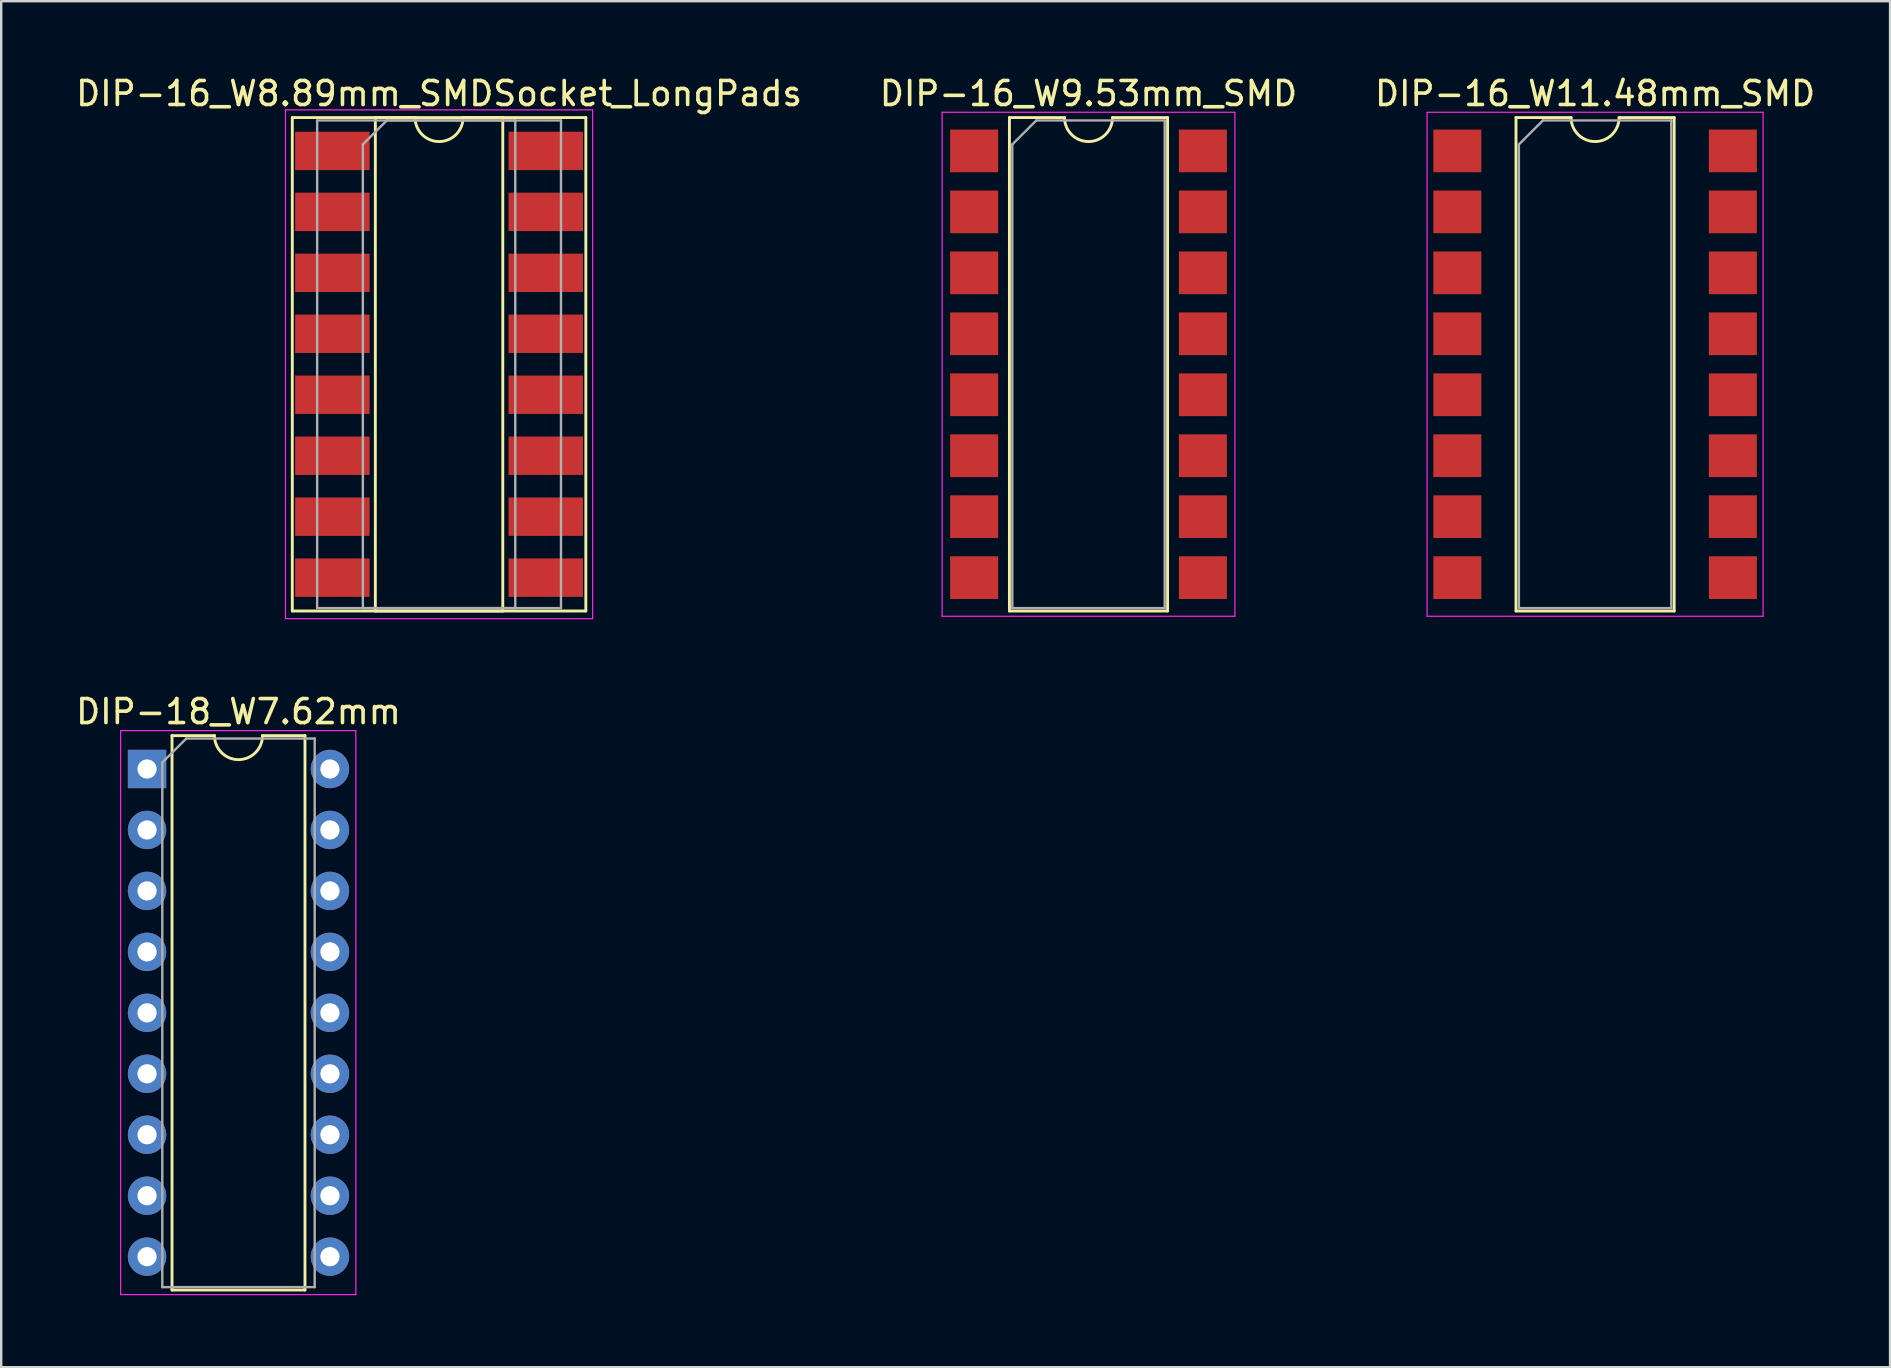
<source format=kicad_pcb>
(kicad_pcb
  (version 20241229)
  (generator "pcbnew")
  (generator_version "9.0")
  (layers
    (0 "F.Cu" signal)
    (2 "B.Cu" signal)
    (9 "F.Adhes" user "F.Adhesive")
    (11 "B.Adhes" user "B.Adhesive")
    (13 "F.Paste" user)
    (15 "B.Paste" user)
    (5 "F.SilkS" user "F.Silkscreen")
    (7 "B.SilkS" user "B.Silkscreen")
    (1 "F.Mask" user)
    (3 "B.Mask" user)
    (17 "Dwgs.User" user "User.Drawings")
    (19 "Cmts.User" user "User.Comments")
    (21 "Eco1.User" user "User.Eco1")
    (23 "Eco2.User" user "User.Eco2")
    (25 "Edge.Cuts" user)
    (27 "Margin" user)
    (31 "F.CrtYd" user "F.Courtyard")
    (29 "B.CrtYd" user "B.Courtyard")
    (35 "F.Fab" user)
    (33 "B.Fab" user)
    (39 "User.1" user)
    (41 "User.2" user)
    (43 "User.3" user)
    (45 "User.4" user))
  (footprint "DIP-16_W11.48mm_SMD"
    (layer "F.Cu")
    (at 63.411 12.128)
    (property "Reference" "DIP-16_W11.48mm_SMD" (at 0 -11.28 0) (layer "F.SilkS") (effects (font (size 1 1) (thickness 0.15))))
    (attr smd)
    (fp_line (start -3.295 -10.28) (end -3.295 10.28) (stroke (width 0.12) (type solid)) (layer "F.SilkS"))
    (fp_line (start -3.295 10.28) (end 3.295 10.28) (stroke (width 0.12) (type solid)) (layer "F.SilkS"))
    (fp_line (start -1 -10.28) (end -3.295 -10.28) (stroke (width 0.12) (type solid)) (layer "F.SilkS"))
    (fp_line (start 3.295 -10.28) (end 1 -10.28) (stroke (width 0.12) (type solid)) (layer "F.SilkS"))
    (fp_line (start 3.295 10.28) (end 3.295 -10.28) (stroke (width 0.12) (type solid)) (layer "F.SilkS"))
    (fp_arc (start 1 -10.28) (mid 0 -9.28) (end -1 -10.28) (stroke (width 0.12) (type solid)) (layer "F.SilkS"))
    (fp_line (start -7 -10.5) (end -7 10.5) (stroke (width 0.05) (type solid)) (layer "F.CrtYd"))
    (fp_line (start -7 10.5) (end 7 10.5) (stroke (width 0.05) (type solid)) (layer "F.CrtYd"))
    (fp_line (start 7 -10.5) (end -7 -10.5) (stroke (width 0.05) (type solid)) (layer "F.CrtYd"))
    (fp_line (start 7 10.5) (end 7 -10.5) (stroke (width 0.05) (type solid)) (layer "F.CrtYd"))
    (fp_line (start -3.175 -9.16) (end -2.175 -10.16) (stroke (width 0.1) (type solid)) (layer "F.Fab"))
    (fp_line (start -3.175 10.16) (end -3.175 -9.16) (stroke (width 0.1) (type solid)) (layer "F.Fab"))
    (fp_line (start -2.175 -10.16) (end 3.175 -10.16) (stroke (width 0.1) (type solid)) (layer "F.Fab"))
    (fp_line (start 3.175 -10.16) (end 3.175 10.16) (stroke (width 0.1) (type solid)) (layer "F.Fab"))
    (fp_line (start 3.175 10.16) (end -3.175 10.16) (stroke (width 0.1) (type solid)) (layer "F.Fab"))
    (pad "1" smd rect (at -5.74 -8.89) (size 2 1.78) (layers "F.Cu" "F.Mask"))
    (pad "2" smd rect (at -5.74 -6.35) (size 2 1.78) (layers "F.Cu" "F.Mask"))
    (pad "3" smd rect (at -5.74 -3.81) (size 2 1.78) (layers "F.Cu" "F.Mask"))
    (pad "4" smd rect (at -5.74 -1.27) (size 2 1.78) (layers "F.Cu" "F.Mask"))
    (pad "5" smd rect (at -5.74 1.27) (size 2 1.78) (layers "F.Cu" "F.Mask"))
    (pad "6" smd rect (at -5.74 3.81) (size 2 1.78) (layers "F.Cu" "F.Mask"))
    (pad "7" smd rect (at -5.74 6.35) (size 2 1.78) (layers "F.Cu" "F.Mask"))
    (pad "8" smd rect (at -5.74 8.89) (size 2 1.78) (layers "F.Cu" "F.Mask"))
    (pad "9" smd rect (at 5.74 8.89) (size 2 1.78) (layers "F.Cu" "F.Mask"))
    (pad "10" smd rect (at 5.74 6.35) (size 2 1.78) (layers "F.Cu" "F.Mask"))
    (pad "11" smd rect (at 5.74 3.81) (size 2 1.78) (layers "F.Cu" "F.Mask"))
    (pad "12" smd rect (at 5.74 1.27) (size 2 1.78) (layers "F.Cu" "F.Mask"))
    (pad "13" smd rect (at 5.74 -1.27) (size 2 1.78) (layers "F.Cu" "F.Mask"))
    (pad "14" smd rect (at 5.74 -3.81) (size 2 1.78) (layers "F.Cu" "F.Mask"))
    (pad "15" smd rect (at 5.74 -6.35) (size 2 1.78) (layers "F.Cu" "F.Mask"))
    (pad "16" smd rect (at 5.74 -8.89) (size 2 1.78) (layers "F.Cu" "F.Mask")))
  (footprint "DIP-18_W7.62mm"
    (layer "F.Cu")
    (at 3.077 28.991)
    (property "Reference" "DIP-18_W7.62mm" (at 3.81 -2.39 0) (layer "F.SilkS") (effects (font (size 1 1) (thickness 0.15))))
    (attr through_hole)
    (fp_line (start 1.04 -1.39) (end 1.04 21.71) (stroke (width 0.12) (type solid)) (layer "F.SilkS"))
    (fp_line (start 1.04 21.71) (end 6.58 21.71) (stroke (width 0.12) (type solid)) (layer "F.SilkS"))
    (fp_line (start 2.81 -1.39) (end 1.04 -1.39) (stroke (width 0.12) (type solid)) (layer "F.SilkS"))
    (fp_line (start 6.58 -1.39) (end 4.81 -1.39) (stroke (width 0.12) (type solid)) (layer "F.SilkS"))
    (fp_line (start 6.58 21.71) (end 6.58 -1.39) (stroke (width 0.12) (type solid)) (layer "F.SilkS"))
    (fp_arc (start 4.81 -1.39) (mid 3.81 -0.39) (end 2.81 -1.39) (stroke (width 0.12) (type solid)) (layer "F.SilkS"))
    (fp_line (start -1.1 -1.6) (end -1.1 21.9) (stroke (width 0.05) (type solid)) (layer "F.CrtYd"))
    (fp_line (start -1.1 21.9) (end 8.7 21.9) (stroke (width 0.05) (type solid)) (layer "F.CrtYd"))
    (fp_line (start 8.7 -1.6) (end -1.1 -1.6) (stroke (width 0.05) (type solid)) (layer "F.CrtYd"))
    (fp_line (start 8.7 21.9) (end 8.7 -1.6) (stroke (width 0.05) (type solid)) (layer "F.CrtYd"))
    (fp_line (start 0.635 -0.27) (end 1.635 -1.27) (stroke (width 0.1) (type solid)) (layer "F.Fab"))
    (fp_line (start 0.635 21.59) (end 0.635 -0.27) (stroke (width 0.1) (type solid)) (layer "F.Fab"))
    (fp_line (start 1.635 -1.27) (end 6.985 -1.27) (stroke (width 0.1) (type solid)) (layer "F.Fab"))
    (fp_line (start 6.985 -1.27) (end 6.985 21.59) (stroke (width 0.1) (type solid)) (layer "F.Fab"))
    (fp_line (start 6.985 21.59) (end 0.635 21.59) (stroke (width 0.1) (type solid)) (layer "F.Fab"))
    (pad "1" thru_hole rect (at 0 0) (size 1.6 1.6) (drill 0.8) (layers "*.Cu" "*.Mask"))
    (pad "2" thru_hole oval (at 0 2.54) (size 1.6 1.6) (drill 0.8) (layers "*.Cu" "*.Mask"))
    (pad "3" thru_hole oval (at 0 5.08) (size 1.6 1.6) (drill 0.8) (layers "*.Cu" "*.Mask"))
    (pad "4" thru_hole oval (at 0 7.62) (size 1.6 1.6) (drill 0.8) (layers "*.Cu" "*.Mask"))
    (pad "5" thru_hole oval (at 0 10.16) (size 1.6 1.6) (drill 0.8) (layers "*.Cu" "*.Mask"))
    (pad "6" thru_hole oval (at 0 12.7) (size 1.6 1.6) (drill 0.8) (layers "*.Cu" "*.Mask"))
    (pad "7" thru_hole oval (at 0 15.24) (size 1.6 1.6) (drill 0.8) (layers "*.Cu" "*.Mask"))
    (pad "8" thru_hole oval (at 0 17.78) (size 1.6 1.6) (drill 0.8) (layers "*.Cu" "*.Mask"))
    (pad "9" thru_hole oval (at 0 20.32) (size 1.6 1.6) (drill 0.8) (layers "*.Cu" "*.Mask"))
    (pad "10" thru_hole oval (at 7.62 20.32) (size 1.6 1.6) (drill 0.8) (layers "*.Cu" "*.Mask"))
    (pad "11" thru_hole oval (at 7.62 17.78) (size 1.6 1.6) (drill 0.8) (layers "*.Cu" "*.Mask"))
    (pad "12" thru_hole oval (at 7.62 15.24) (size 1.6 1.6) (drill 0.8) (layers "*.Cu" "*.Mask"))
    (pad "13" thru_hole oval (at 7.62 12.7) (size 1.6 1.6) (drill 0.8) (layers "*.Cu" "*.Mask"))
    (pad "14" thru_hole oval (at 7.62 10.16) (size 1.6 1.6) (drill 0.8) (layers "*.Cu" "*.Mask"))
    (pad "15" thru_hole oval (at 7.62 7.62) (size 1.6 1.6) (drill 0.8) (layers "*.Cu" "*.Mask"))
    (pad "16" thru_hole oval (at 7.62 5.08) (size 1.6 1.6) (drill 0.8) (layers "*.Cu" "*.Mask"))
    (pad "17" thru_hole oval (at 7.62 2.54) (size 1.6 1.6) (drill 0.8) (layers "*.Cu" "*.Mask"))
    (pad "18" thru_hole oval (at 7.62 0) (size 1.6 1.6) (drill 0.8) (layers "*.Cu" "*.Mask")))
  (footprint "DIP-16_W9.53mm_SMD"
    (layer "F.Cu")
    (at 42.304 12.128)
    (property "Reference" "DIP-16_W9.53mm_SMD" (at 0 -11.28 0) (layer "F.SilkS") (effects (font (size 1 1) (thickness 0.15))))
    (attr smd)
    (fp_line (start -3.295 -10.28) (end -3.295 10.28) (stroke (width 0.12) (type solid)) (layer "F.SilkS"))
    (fp_line (start -3.295 10.28) (end 3.295 10.28) (stroke (width 0.12) (type solid)) (layer "F.SilkS"))
    (fp_line (start -1 -10.28) (end -3.295 -10.28) (stroke (width 0.12) (type solid)) (layer "F.SilkS"))
    (fp_line (start 3.295 -10.28) (end 1 -10.28) (stroke (width 0.12) (type solid)) (layer "F.SilkS"))
    (fp_line (start 3.295 10.28) (end 3.295 -10.28) (stroke (width 0.12) (type solid)) (layer "F.SilkS"))
    (fp_arc (start 1 -10.28) (mid 0 -9.28) (end -1 -10.28) (stroke (width 0.12) (type solid)) (layer "F.SilkS"))
    (fp_line (start -6.1 -10.5) (end -6.1 10.5) (stroke (width 0.05) (type solid)) (layer "F.CrtYd"))
    (fp_line (start -6.1 10.5) (end 6.1 10.5) (stroke (width 0.05) (type solid)) (layer "F.CrtYd"))
    (fp_line (start 6.1 -10.5) (end -6.1 -10.5) (stroke (width 0.05) (type solid)) (layer "F.CrtYd"))
    (fp_line (start 6.1 10.5) (end 6.1 -10.5) (stroke (width 0.05) (type solid)) (layer "F.CrtYd"))
    (fp_line (start -3.175 -9.16) (end -2.175 -10.16) (stroke (width 0.1) (type solid)) (layer "F.Fab"))
    (fp_line (start -3.175 10.16) (end -3.175 -9.16) (stroke (width 0.1) (type solid)) (layer "F.Fab"))
    (fp_line (start -2.175 -10.16) (end 3.175 -10.16) (stroke (width 0.1) (type solid)) (layer "F.Fab"))
    (fp_line (start 3.175 -10.16) (end 3.175 10.16) (stroke (width 0.1) (type solid)) (layer "F.Fab"))
    (fp_line (start 3.175 10.16) (end -3.175 10.16) (stroke (width 0.1) (type solid)) (layer "F.Fab"))
    (pad "1" smd rect (at -4.765 -8.89) (size 2 1.78) (layers "F.Cu" "F.Mask"))
    (pad "2" smd rect (at -4.765 -6.35) (size 2 1.78) (layers "F.Cu" "F.Mask"))
    (pad "3" smd rect (at -4.765 -3.81) (size 2 1.78) (layers "F.Cu" "F.Mask"))
    (pad "4" smd rect (at -4.765 -1.27) (size 2 1.78) (layers "F.Cu" "F.Mask"))
    (pad "5" smd rect (at -4.765 1.27) (size 2 1.78) (layers "F.Cu" "F.Mask"))
    (pad "6" smd rect (at -4.765 3.81) (size 2 1.78) (layers "F.Cu" "F.Mask"))
    (pad "7" smd rect (at -4.765 6.35) (size 2 1.78) (layers "F.Cu" "F.Mask"))
    (pad "8" smd rect (at -4.765 8.89) (size 2 1.78) (layers "F.Cu" "F.Mask"))
    (pad "9" smd rect (at 4.765 8.89) (size 2 1.78) (layers "F.Cu" "F.Mask"))
    (pad "10" smd rect (at 4.765 6.35) (size 2 1.78) (layers "F.Cu" "F.Mask"))
    (pad "11" smd rect (at 4.765 3.81) (size 2 1.78) (layers "F.Cu" "F.Mask"))
    (pad "12" smd rect (at 4.765 1.27) (size 2 1.78) (layers "F.Cu" "F.Mask"))
    (pad "13" smd rect (at 4.765 -1.27) (size 2 1.78) (layers "F.Cu" "F.Mask"))
    (pad "14" smd rect (at 4.765 -3.81) (size 2 1.78) (layers "F.Cu" "F.Mask"))
    (pad "15" smd rect (at 4.765 -6.35) (size 2 1.78) (layers "F.Cu" "F.Mask"))
    (pad "16" smd rect (at 4.765 -8.89) (size 2 1.78) (layers "F.Cu" "F.Mask")))
  (footprint "DIP-16_W8.89mm_SMDSocket_LongPads"
    (layer "F.Cu")
    (at 15.244 12.128)
    (property "Reference" "DIP-16_W8.89mm_SMDSocket_LongPads" (at 0 -11.28 0) (layer "F.SilkS") (effects (font (size 1 1) (thickness 0.15))))
    (attr smd)
    (fp_line (start -6.115 -10.28) (end -6.115 10.28) (stroke (width 0.12) (type solid)) (layer "F.SilkS"))
    (fp_line (start -6.115 10.28) (end 6.115 10.28) (stroke (width 0.12) (type solid)) (layer "F.SilkS"))
    (fp_line (start -2.655 -10.28) (end -2.655 10.28) (stroke (width 0.12) (type solid)) (layer "F.SilkS"))
    (fp_line (start -2.655 10.28) (end 2.655 10.28) (stroke (width 0.12) (type solid)) (layer "F.SilkS"))
    (fp_line (start -1 -10.28) (end -2.655 -10.28) (stroke (width 0.12) (type solid)) (layer "F.SilkS"))
    (fp_line (start 2.655 -10.28) (end 1 -10.28) (stroke (width 0.12) (type solid)) (layer "F.SilkS"))
    (fp_line (start 2.655 10.28) (end 2.655 -10.28) (stroke (width 0.12) (type solid)) (layer "F.SilkS"))
    (fp_line (start 6.115 -10.28) (end -6.115 -10.28) (stroke (width 0.12) (type solid)) (layer "F.SilkS"))
    (fp_line (start 6.115 10.28) (end 6.115 -10.28) (stroke (width 0.12) (type solid)) (layer "F.SilkS"))
    (fp_arc (start 1 -10.28) (mid 0 -9.28) (end -1 -10.28) (stroke (width 0.12) (type solid)) (layer "F.SilkS"))
    (fp_line (start -6.4 -10.6) (end -6.4 10.6) (stroke (width 0.05) (type solid)) (layer "F.CrtYd"))
    (fp_line (start -6.4 10.6) (end 6.4 10.6) (stroke (width 0.05) (type solid)) (layer "F.CrtYd"))
    (fp_line (start 6.4 -10.6) (end -6.4 -10.6) (stroke (width 0.05) (type solid)) (layer "F.CrtYd"))
    (fp_line (start 6.4 10.6) (end 6.4 -10.6) (stroke (width 0.05) (type solid)) (layer "F.CrtYd"))
    (fp_line (start -5.08 -10.16) (end -5.08 10.16) (stroke (width 0.1) (type solid)) (layer "F.Fab"))
    (fp_line (start -5.08 10.16) (end 5.08 10.16) (stroke (width 0.1) (type solid)) (layer "F.Fab"))
    (fp_line (start -3.175 -9.16) (end -2.175 -10.16) (stroke (width 0.1) (type solid)) (layer "F.Fab"))
    (fp_line (start -3.175 10.16) (end -3.175 -9.16) (stroke (width 0.1) (type solid)) (layer "F.Fab"))
    (fp_line (start -2.175 -10.16) (end 3.175 -10.16) (stroke (width 0.1) (type solid)) (layer "F.Fab"))
    (fp_line (start 3.175 -10.16) (end 3.175 10.16) (stroke (width 0.1) (type solid)) (layer "F.Fab"))
    (fp_line (start 3.175 10.16) (end -3.175 10.16) (stroke (width 0.1) (type solid)) (layer "F.Fab"))
    (fp_line (start 5.08 -10.16) (end -5.08 -10.16) (stroke (width 0.1) (type solid)) (layer "F.Fab"))
    (fp_line (start 5.08 10.16) (end 5.08 -10.16) (stroke (width 0.1) (type solid)) (layer "F.Fab"))
    (pad "1" smd rect (at -4.445 -8.89) (size 3.1 1.6) (layers "F.Cu" "F.Mask"))
    (pad "2" smd rect (at -4.445 -6.35) (size 3.1 1.6) (layers "F.Cu" "F.Mask"))
    (pad "3" smd rect (at -4.445 -3.81) (size 3.1 1.6) (layers "F.Cu" "F.Mask"))
    (pad "4" smd rect (at -4.445 -1.27) (size 3.1 1.6) (layers "F.Cu" "F.Mask"))
    (pad "5" smd rect (at -4.445 1.27) (size 3.1 1.6) (layers "F.Cu" "F.Mask"))
    (pad "6" smd rect (at -4.445 3.81) (size 3.1 1.6) (layers "F.Cu" "F.Mask"))
    (pad "7" smd rect (at -4.445 6.35) (size 3.1 1.6) (layers "F.Cu" "F.Mask"))
    (pad "8" smd rect (at -4.445 8.89) (size 3.1 1.6) (layers "F.Cu" "F.Mask"))
    (pad "9" smd rect (at 4.445 8.89) (size 3.1 1.6) (layers "F.Cu" "F.Mask"))
    (pad "10" smd rect (at 4.445 6.35) (size 3.1 1.6) (layers "F.Cu" "F.Mask"))
    (pad "11" smd rect (at 4.445 3.81) (size 3.1 1.6) (layers "F.Cu" "F.Mask"))
    (pad "12" smd rect (at 4.445 1.27) (size 3.1 1.6) (layers "F.Cu" "F.Mask"))
    (pad "13" smd rect (at 4.445 -1.27) (size 3.1 1.6) (layers "F.Cu" "F.Mask"))
    (pad "14" smd rect (at 4.445 -3.81) (size 3.1 1.6) (layers "F.Cu" "F.Mask"))
    (pad "15" smd rect (at 4.445 -6.35) (size 3.1 1.6) (layers "F.Cu" "F.Mask"))
    (pad "16" smd rect (at 4.445 -8.89) (size 3.1 1.6) (layers "F.Cu" "F.Mask")))
  (gr_rect
    (start -3 -3)
    (end 75.702 53.916)
    (stroke (width 0.1) (type default))
    (fill no)
    (layer "Edge.Cuts")))
</source>
